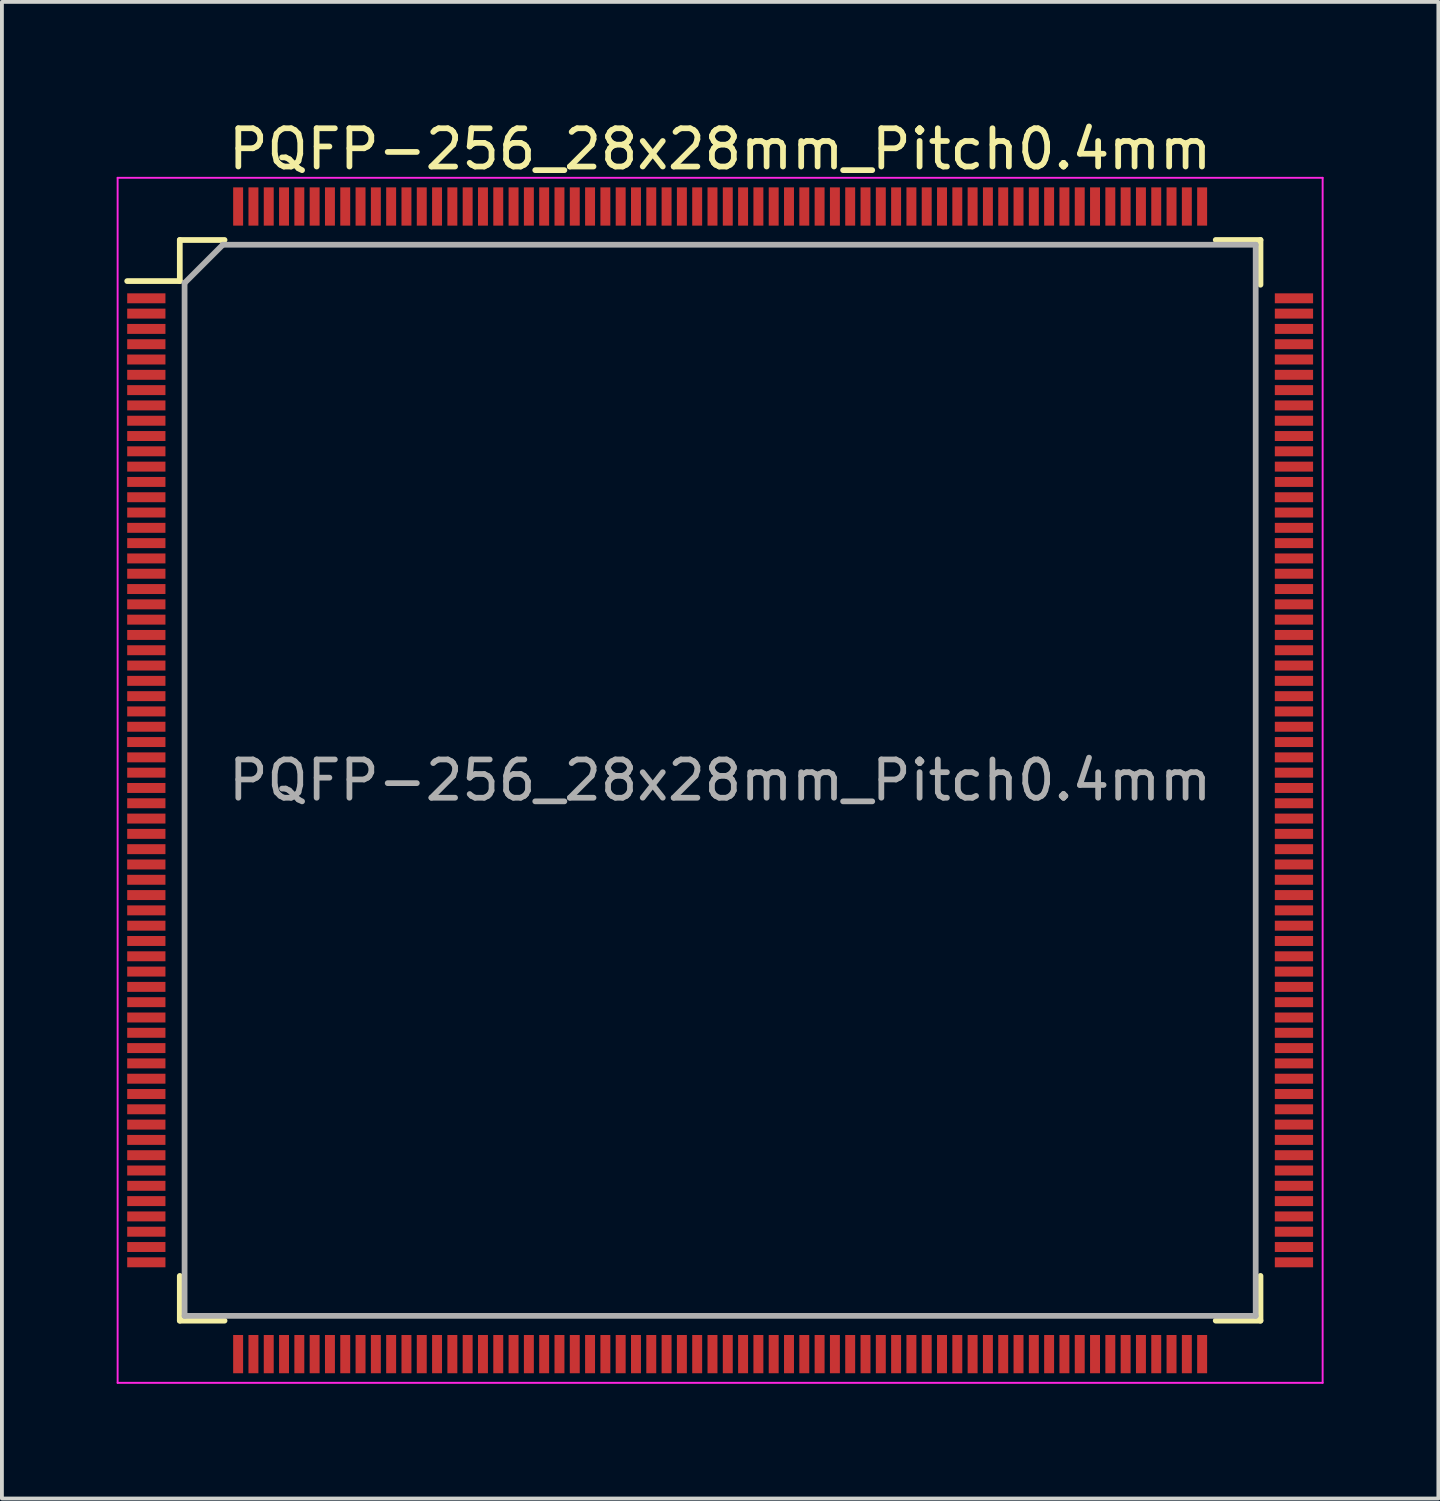
<source format=kicad_pcb>
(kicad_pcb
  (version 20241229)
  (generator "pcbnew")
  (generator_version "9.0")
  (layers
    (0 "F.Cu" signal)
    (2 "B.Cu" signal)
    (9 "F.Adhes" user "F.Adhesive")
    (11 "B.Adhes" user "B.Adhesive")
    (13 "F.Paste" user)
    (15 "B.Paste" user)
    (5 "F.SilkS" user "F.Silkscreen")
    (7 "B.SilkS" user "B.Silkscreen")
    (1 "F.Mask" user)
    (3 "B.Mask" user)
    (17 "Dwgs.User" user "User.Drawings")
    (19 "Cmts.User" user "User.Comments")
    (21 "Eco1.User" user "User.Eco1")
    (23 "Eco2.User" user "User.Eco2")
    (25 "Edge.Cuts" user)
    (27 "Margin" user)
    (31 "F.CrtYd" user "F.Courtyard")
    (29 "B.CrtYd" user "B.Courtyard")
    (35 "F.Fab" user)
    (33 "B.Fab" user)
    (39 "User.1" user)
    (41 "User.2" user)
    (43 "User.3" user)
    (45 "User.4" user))
  (footprint "PQFP-256_28x28mm_Pitch0.4mm"
    (layer "F.Cu")
    (at 15.775 17.348)
    (property "Reference" "PQFP-256_28x28mm_Pitch0.4mm" (at 0 -16.5 0) (layer "F.SilkS") (effects (font (size 1 1) (thickness 0.15))))
    (attr smd)
    (fp_line (start -14.125 -14.125) (end -14.125 -13.05) (stroke (width 0.15) (type solid)) (layer "F.SilkS"))
    (fp_line (start -14.125 -14.125) (end -12.955 -14.125) (stroke (width 0.15) (type solid)) (layer "F.SilkS"))
    (fp_line (start -14.125 -13.05) (end -15.5 -13.05) (stroke (width 0.15) (type solid)) (layer "F.SilkS"))
    (fp_line (start -14.125 14.125) (end -14.125 12.955) (stroke (width 0.15) (type solid)) (layer "F.SilkS"))
    (fp_line (start -14.125 14.125) (end -12.955 14.125) (stroke (width 0.15) (type solid)) (layer "F.SilkS"))
    (fp_line (start 14.125 -14.125) (end 12.955 -14.125) (stroke (width 0.15) (type solid)) (layer "F.SilkS"))
    (fp_line (start 14.125 -14.125) (end 14.125 -12.955) (stroke (width 0.15) (type solid)) (layer "F.SilkS"))
    (fp_line (start 14.125 14.125) (end 12.955 14.125) (stroke (width 0.15) (type solid)) (layer "F.SilkS"))
    (fp_line (start 14.125 14.125) (end 14.125 12.955) (stroke (width 0.15) (type solid)) (layer "F.SilkS"))
    (fp_line (start -15.75 -15.75) (end -15.75 15.75) (stroke (width 0.05) (type solid)) (layer "F.CrtYd"))
    (fp_line (start -15.75 -15.75) (end 15.75 -15.75) (stroke (width 0.05) (type solid)) (layer "F.CrtYd"))
    (fp_line (start -15.75 15.75) (end 15.75 15.75) (stroke (width 0.05) (type solid)) (layer "F.CrtYd"))
    (fp_line (start 15.75 -15.75) (end 15.75 15.75) (stroke (width 0.05) (type solid)) (layer "F.CrtYd"))
    (fp_line (start -14 -13) (end -13 -14) (stroke (width 0.15) (type solid)) (layer "F.Fab"))
    (fp_line (start -14 14) (end -14 -13) (stroke (width 0.15) (type solid)) (layer "F.Fab"))
    (fp_line (start -13 -14) (end 14 -14) (stroke (width 0.15) (type solid)) (layer "F.Fab"))
    (fp_line (start 14 -14) (end 14 14) (stroke (width 0.15) (type solid)) (layer "F.Fab"))
    (fp_line (start 14 14) (end -14 14) (stroke (width 0.15) (type solid)) (layer "F.Fab"))
    (fp_text user "${REFERENCE}" (at 0 0 0) (layer "F.Fab") (effects (font (size 1 1) (thickness 0.15))))
    (pad "1" smd rect (at -15 -12.6) (size 1 0.26) (layers "F.Cu" "F.Mask" "F.Paste"))
    (pad "2" smd rect (at -15 -12.2) (size 1 0.26) (layers "F.Cu" "F.Mask" "F.Paste"))
    (pad "3" smd rect (at -15 -11.8) (size 1 0.26) (layers "F.Cu" "F.Mask" "F.Paste"))
    (pad "4" smd rect (at -15 -11.4) (size 1 0.26) (layers "F.Cu" "F.Mask" "F.Paste"))
    (pad "5" smd rect (at -15 -11) (size 1 0.26) (layers "F.Cu" "F.Mask" "F.Paste"))
    (pad "6" smd rect (at -15 -10.6) (size 1 0.26) (layers "F.Cu" "F.Mask" "F.Paste"))
    (pad "7" smd rect (at -15 -10.2) (size 1 0.26) (layers "F.Cu" "F.Mask" "F.Paste"))
    (pad "8" smd rect (at -15 -9.8) (size 1 0.26) (layers "F.Cu" "F.Mask" "F.Paste"))
    (pad "9" smd rect (at -15 -9.4) (size 1 0.26) (layers "F.Cu" "F.Mask" "F.Paste"))
    (pad "10" smd rect (at -15 -9) (size 1 0.26) (layers "F.Cu" "F.Mask" "F.Paste"))
    (pad "11" smd rect (at -15 -8.6) (size 1 0.26) (layers "F.Cu" "F.Mask" "F.Paste"))
    (pad "12" smd rect (at -15 -8.2) (size 1 0.26) (layers "F.Cu" "F.Mask" "F.Paste"))
    (pad "13" smd rect (at -15 -7.8) (size 1 0.26) (layers "F.Cu" "F.Mask" "F.Paste"))
    (pad "14" smd rect (at -15 -7.4) (size 1 0.26) (layers "F.Cu" "F.Mask" "F.Paste"))
    (pad "15" smd rect (at -15 -7) (size 1 0.26) (layers "F.Cu" "F.Mask" "F.Paste"))
    (pad "16" smd rect (at -15 -6.6) (size 1 0.26) (layers "F.Cu" "F.Mask" "F.Paste"))
    (pad "17" smd rect (at -15 -6.2) (size 1 0.26) (layers "F.Cu" "F.Mask" "F.Paste"))
    (pad "18" smd rect (at -15 -5.8) (size 1 0.26) (layers "F.Cu" "F.Mask" "F.Paste"))
    (pad "19" smd rect (at -15 -5.4) (size 1 0.26) (layers "F.Cu" "F.Mask" "F.Paste"))
    (pad "20" smd rect (at -15 -5) (size 1 0.26) (layers "F.Cu" "F.Mask" "F.Paste"))
    (pad "21" smd rect (at -15 -4.6) (size 1 0.26) (layers "F.Cu" "F.Mask" "F.Paste"))
    (pad "22" smd rect (at -15 -4.2) (size 1 0.26) (layers "F.Cu" "F.Mask" "F.Paste"))
    (pad "23" smd rect (at -15 -3.8) (size 1 0.26) (layers "F.Cu" "F.Mask" "F.Paste"))
    (pad "24" smd rect (at -15 -3.4) (size 1 0.26) (layers "F.Cu" "F.Mask" "F.Paste"))
    (pad "25" smd rect (at -15 -3) (size 1 0.26) (layers "F.Cu" "F.Mask" "F.Paste"))
    (pad "26" smd rect (at -15 -2.6) (size 1 0.26) (layers "F.Cu" "F.Mask" "F.Paste"))
    (pad "27" smd rect (at -15 -2.2) (size 1 0.26) (layers "F.Cu" "F.Mask" "F.Paste"))
    (pad "28" smd rect (at -15 -1.8) (size 1 0.26) (layers "F.Cu" "F.Mask" "F.Paste"))
    (pad "29" smd rect (at -15 -1.4) (size 1 0.26) (layers "F.Cu" "F.Mask" "F.Paste"))
    (pad "30" smd rect (at -15 -1) (size 1 0.26) (layers "F.Cu" "F.Mask" "F.Paste"))
    (pad "31" smd rect (at -15 -0.6) (size 1 0.26) (layers "F.Cu" "F.Mask" "F.Paste"))
    (pad "32" smd rect (at -15 -0.2) (size 1 0.26) (layers "F.Cu" "F.Mask" "F.Paste"))
    (pad "33" smd rect (at -15 0.2) (size 1 0.26) (layers "F.Cu" "F.Mask" "F.Paste"))
    (pad "34" smd rect (at -15 0.6) (size 1 0.26) (layers "F.Cu" "F.Mask" "F.Paste"))
    (pad "35" smd rect (at -15 1) (size 1 0.26) (layers "F.Cu" "F.Mask" "F.Paste"))
    (pad "36" smd rect (at -15 1.4) (size 1 0.26) (layers "F.Cu" "F.Mask" "F.Paste"))
    (pad "37" smd rect (at -15 1.8) (size 1 0.26) (layers "F.Cu" "F.Mask" "F.Paste"))
    (pad "38" smd rect (at -15 2.2) (size 1 0.26) (layers "F.Cu" "F.Mask" "F.Paste"))
    (pad "39" smd rect (at -15 2.6) (size 1 0.26) (layers "F.Cu" "F.Mask" "F.Paste"))
    (pad "40" smd rect (at -15 3) (size 1 0.26) (layers "F.Cu" "F.Mask" "F.Paste"))
    (pad "41" smd rect (at -15 3.4) (size 1 0.26) (layers "F.Cu" "F.Mask" "F.Paste"))
    (pad "42" smd rect (at -15 3.8) (size 1 0.26) (layers "F.Cu" "F.Mask" "F.Paste"))
    (pad "43" smd rect (at -15 4.2) (size 1 0.26) (layers "F.Cu" "F.Mask" "F.Paste"))
    (pad "44" smd rect (at -15 4.6) (size 1 0.26) (layers "F.Cu" "F.Mask" "F.Paste"))
    (pad "45" smd rect (at -15 5) (size 1 0.26) (layers "F.Cu" "F.Mask" "F.Paste"))
    (pad "46" smd rect (at -15 5.4) (size 1 0.26) (layers "F.Cu" "F.Mask" "F.Paste"))
    (pad "47" smd rect (at -15 5.8) (size 1 0.26) (layers "F.Cu" "F.Mask" "F.Paste"))
    (pad "48" smd rect (at -15 6.2) (size 1 0.26) (layers "F.Cu" "F.Mask" "F.Paste"))
    (pad "49" smd rect (at -15 6.6) (size 1 0.26) (layers "F.Cu" "F.Mask" "F.Paste"))
    (pad "50" smd rect (at -15 7) (size 1 0.26) (layers "F.Cu" "F.Mask" "F.Paste"))
    (pad "51" smd rect (at -15 7.4) (size 1 0.26) (layers "F.Cu" "F.Mask" "F.Paste"))
    (pad "52" smd rect (at -15 7.8) (size 1 0.26) (layers "F.Cu" "F.Mask" "F.Paste"))
    (pad "53" smd rect (at -15 8.2) (size 1 0.26) (layers "F.Cu" "F.Mask" "F.Paste"))
    (pad "54" smd rect (at -15 8.6) (size 1 0.26) (layers "F.Cu" "F.Mask" "F.Paste"))
    (pad "55" smd rect (at -15 9) (size 1 0.26) (layers "F.Cu" "F.Mask" "F.Paste"))
    (pad "56" smd rect (at -15 9.4) (size 1 0.26) (layers "F.Cu" "F.Mask" "F.Paste"))
    (pad "57" smd rect (at -15 9.8) (size 1 0.26) (layers "F.Cu" "F.Mask" "F.Paste"))
    (pad "58" smd rect (at -15 10.2) (size 1 0.26) (layers "F.Cu" "F.Mask" "F.Paste"))
    (pad "59" smd rect (at -15 10.6) (size 1 0.26) (layers "F.Cu" "F.Mask" "F.Paste"))
    (pad "60" smd rect (at -15 11) (size 1 0.26) (layers "F.Cu" "F.Mask" "F.Paste"))
    (pad "61" smd rect (at -15 11.4) (size 1 0.26) (layers "F.Cu" "F.Mask" "F.Paste"))
    (pad "62" smd rect (at -15 11.8) (size 1 0.26) (layers "F.Cu" "F.Mask" "F.Paste"))
    (pad "63" smd rect (at -15 12.2) (size 1 0.26) (layers "F.Cu" "F.Mask" "F.Paste"))
    (pad "64" smd rect (at -15 12.6) (size 1 0.26) (layers "F.Cu" "F.Mask" "F.Paste"))
    (pad "65" smd rect (at -12.6 15 90) (size 1 0.26) (layers "F.Cu" "F.Mask" "F.Paste"))
    (pad "66" smd rect (at -12.2 15 90) (size 1 0.26) (layers "F.Cu" "F.Mask" "F.Paste"))
    (pad "67" smd rect (at -11.8 15 90) (size 1 0.26) (layers "F.Cu" "F.Mask" "F.Paste"))
    (pad "68" smd rect (at -11.4 15 90) (size 1 0.26) (layers "F.Cu" "F.Mask" "F.Paste"))
    (pad "69" smd rect (at -11 15 90) (size 1 0.26) (layers "F.Cu" "F.Mask" "F.Paste"))
    (pad "70" smd rect (at -10.6 15 90) (size 1 0.26) (layers "F.Cu" "F.Mask" "F.Paste"))
    (pad "71" smd rect (at -10.2 15 90) (size 1 0.26) (layers "F.Cu" "F.Mask" "F.Paste"))
    (pad "72" smd rect (at -9.8 15 90) (size 1 0.26) (layers "F.Cu" "F.Mask" "F.Paste"))
    (pad "73" smd rect (at -9.4 15 90) (size 1 0.26) (layers "F.Cu" "F.Mask" "F.Paste"))
    (pad "74" smd rect (at -9 15 90) (size 1 0.26) (layers "F.Cu" "F.Mask" "F.Paste"))
    (pad "75" smd rect (at -8.6 15 90) (size 1 0.26) (layers "F.Cu" "F.Mask" "F.Paste"))
    (pad "76" smd rect (at -8.2 15 90) (size 1 0.26) (layers "F.Cu" "F.Mask" "F.Paste"))
    (pad "77" smd rect (at -7.8 15 90) (size 1 0.26) (layers "F.Cu" "F.Mask" "F.Paste"))
    (pad "78" smd rect (at -7.4 15 90) (size 1 0.26) (layers "F.Cu" "F.Mask" "F.Paste"))
    (pad "79" smd rect (at -7 15 90) (size 1 0.26) (layers "F.Cu" "F.Mask" "F.Paste"))
    (pad "80" smd rect (at -6.6 15 90) (size 1 0.26) (layers "F.Cu" "F.Mask" "F.Paste"))
    (pad "81" smd rect (at -6.2 15 90) (size 1 0.26) (layers "F.Cu" "F.Mask" "F.Paste"))
    (pad "82" smd rect (at -5.8 15 90) (size 1 0.26) (layers "F.Cu" "F.Mask" "F.Paste"))
    (pad "83" smd rect (at -5.4 15 90) (size 1 0.26) (layers "F.Cu" "F.Mask" "F.Paste"))
    (pad "84" smd rect (at -5 15 90) (size 1 0.26) (layers "F.Cu" "F.Mask" "F.Paste"))
    (pad "85" smd rect (at -4.6 15 90) (size 1 0.26) (layers "F.Cu" "F.Mask" "F.Paste"))
    (pad "86" smd rect (at -4.2 15 90) (size 1 0.26) (layers "F.Cu" "F.Mask" "F.Paste"))
    (pad "87" smd rect (at -3.8 15 90) (size 1 0.26) (layers "F.Cu" "F.Mask" "F.Paste"))
    (pad "88" smd rect (at -3.4 15 90) (size 1 0.26) (layers "F.Cu" "F.Mask" "F.Paste"))
    (pad "89" smd rect (at -3 15 90) (size 1 0.26) (layers "F.Cu" "F.Mask" "F.Paste"))
    (pad "90" smd rect (at -2.6 15 90) (size 1 0.26) (layers "F.Cu" "F.Mask" "F.Paste"))
    (pad "91" smd rect (at -2.2 15 90) (size 1 0.26) (layers "F.Cu" "F.Mask" "F.Paste"))
    (pad "92" smd rect (at -1.8 15 90) (size 1 0.26) (layers "F.Cu" "F.Mask" "F.Paste"))
    (pad "93" smd rect (at -1.4 15 90) (size 1 0.26) (layers "F.Cu" "F.Mask" "F.Paste"))
    (pad "94" smd rect (at -1 15 90) (size 1 0.26) (layers "F.Cu" "F.Mask" "F.Paste"))
    (pad "95" smd rect (at -0.6 15 90) (size 1 0.26) (layers "F.Cu" "F.Mask" "F.Paste"))
    (pad "96" smd rect (at -0.2 15 90) (size 1 0.26) (layers "F.Cu" "F.Mask" "F.Paste"))
    (pad "97" smd rect (at 0.2 15 90) (size 1 0.26) (layers "F.Cu" "F.Mask" "F.Paste"))
    (pad "98" smd rect (at 0.6 15 90) (size 1 0.26) (layers "F.Cu" "F.Mask" "F.Paste"))
    (pad "99" smd rect (at 1 15 90) (size 1 0.26) (layers "F.Cu" "F.Mask" "F.Paste"))
    (pad "100" smd rect (at 1.4 15 90) (size 1 0.26) (layers "F.Cu" "F.Mask" "F.Paste"))
    (pad "101" smd rect (at 1.8 15 90) (size 1 0.26) (layers "F.Cu" "F.Mask" "F.Paste"))
    (pad "102" smd rect (at 2.2 15 90) (size 1 0.26) (layers "F.Cu" "F.Mask" "F.Paste"))
    (pad "103" smd rect (at 2.6 15 90) (size 1 0.26) (layers "F.Cu" "F.Mask" "F.Paste"))
    (pad "104" smd rect (at 3 15 90) (size 1 0.26) (layers "F.Cu" "F.Mask" "F.Paste"))
    (pad "105" smd rect (at 3.4 15 90) (size 1 0.26) (layers "F.Cu" "F.Mask" "F.Paste"))
    (pad "106" smd rect (at 3.8 15 90) (size 1 0.26) (layers "F.Cu" "F.Mask" "F.Paste"))
    (pad "107" smd rect (at 4.2 15 90) (size 1 0.26) (layers "F.Cu" "F.Mask" "F.Paste"))
    (pad "108" smd rect (at 4.6 15 90) (size 1 0.26) (layers "F.Cu" "F.Mask" "F.Paste"))
    (pad "109" smd rect (at 5 15 90) (size 1 0.26) (layers "F.Cu" "F.Mask" "F.Paste"))
    (pad "110" smd rect (at 5.4 15 90) (size 1 0.26) (layers "F.Cu" "F.Mask" "F.Paste"))
    (pad "111" smd rect (at 5.8 15 90) (size 1 0.26) (layers "F.Cu" "F.Mask" "F.Paste"))
    (pad "112" smd rect (at 6.2 15 90) (size 1 0.26) (layers "F.Cu" "F.Mask" "F.Paste"))
    (pad "113" smd rect (at 6.6 15 90) (size 1 0.26) (layers "F.Cu" "F.Mask" "F.Paste"))
    (pad "114" smd rect (at 7 15 90) (size 1 0.26) (layers "F.Cu" "F.Mask" "F.Paste"))
    (pad "115" smd rect (at 7.4 15 90) (size 1 0.26) (layers "F.Cu" "F.Mask" "F.Paste"))
    (pad "116" smd rect (at 7.8 15 90) (size 1 0.26) (layers "F.Cu" "F.Mask" "F.Paste"))
    (pad "117" smd rect (at 8.2 15 90) (size 1 0.26) (layers "F.Cu" "F.Mask" "F.Paste"))
    (pad "118" smd rect (at 8.6 15 90) (size 1 0.26) (layers "F.Cu" "F.Mask" "F.Paste"))
    (pad "119" smd rect (at 9 15 90) (size 1 0.26) (layers "F.Cu" "F.Mask" "F.Paste"))
    (pad "120" smd rect (at 9.4 15 90) (size 1 0.26) (layers "F.Cu" "F.Mask" "F.Paste"))
    (pad "121" smd rect (at 9.8 15 90) (size 1 0.26) (layers "F.Cu" "F.Mask" "F.Paste"))
    (pad "122" smd rect (at 10.2 15 90) (size 1 0.26) (layers "F.Cu" "F.Mask" "F.Paste"))
    (pad "123" smd rect (at 10.6 15 90) (size 1 0.26) (layers "F.Cu" "F.Mask" "F.Paste"))
    (pad "124" smd rect (at 11 15 90) (size 1 0.26) (layers "F.Cu" "F.Mask" "F.Paste"))
    (pad "125" smd rect (at 11.4 15 90) (size 1 0.26) (layers "F.Cu" "F.Mask" "F.Paste"))
    (pad "126" smd rect (at 11.8 15 90) (size 1 0.26) (layers "F.Cu" "F.Mask" "F.Paste"))
    (pad "127" smd rect (at 12.2 15 90) (size 1 0.26) (layers "F.Cu" "F.Mask" "F.Paste"))
    (pad "128" smd rect (at 12.6 15 90) (size 1 0.26) (layers "F.Cu" "F.Mask" "F.Paste"))
    (pad "129" smd rect (at 15 12.6) (size 1 0.26) (layers "F.Cu" "F.Mask" "F.Paste"))
    (pad "130" smd rect (at 15 12.2) (size 1 0.26) (layers "F.Cu" "F.Mask" "F.Paste"))
    (pad "131" smd rect (at 15 11.8) (size 1 0.26) (layers "F.Cu" "F.Mask" "F.Paste"))
    (pad "132" smd rect (at 15 11.4) (size 1 0.26) (layers "F.Cu" "F.Mask" "F.Paste"))
    (pad "133" smd rect (at 15 11) (size 1 0.26) (layers "F.Cu" "F.Mask" "F.Paste"))
    (pad "134" smd rect (at 15 10.6) (size 1 0.26) (layers "F.Cu" "F.Mask" "F.Paste"))
    (pad "135" smd rect (at 15 10.2) (size 1 0.26) (layers "F.Cu" "F.Mask" "F.Paste"))
    (pad "136" smd rect (at 15 9.8) (size 1 0.26) (layers "F.Cu" "F.Mask" "F.Paste"))
    (pad "137" smd rect (at 15 9.4) (size 1 0.26) (layers "F.Cu" "F.Mask" "F.Paste"))
    (pad "138" smd rect (at 15 9) (size 1 0.26) (layers "F.Cu" "F.Mask" "F.Paste"))
    (pad "139" smd rect (at 15 8.6) (size 1 0.26) (layers "F.Cu" "F.Mask" "F.Paste"))
    (pad "140" smd rect (at 15 8.2) (size 1 0.26) (layers "F.Cu" "F.Mask" "F.Paste"))
    (pad "141" smd rect (at 15 7.8) (size 1 0.26) (layers "F.Cu" "F.Mask" "F.Paste"))
    (pad "142" smd rect (at 15 7.4) (size 1 0.26) (layers "F.Cu" "F.Mask" "F.Paste"))
    (pad "143" smd rect (at 15 7) (size 1 0.26) (layers "F.Cu" "F.Mask" "F.Paste"))
    (pad "144" smd rect (at 15 6.6) (size 1 0.26) (layers "F.Cu" "F.Mask" "F.Paste"))
    (pad "145" smd rect (at 15 6.2) (size 1 0.26) (layers "F.Cu" "F.Mask" "F.Paste"))
    (pad "146" smd rect (at 15 5.8) (size 1 0.26) (layers "F.Cu" "F.Mask" "F.Paste"))
    (pad "147" smd rect (at 15 5.4) (size 1 0.26) (layers "F.Cu" "F.Mask" "F.Paste"))
    (pad "148" smd rect (at 15 5) (size 1 0.26) (layers "F.Cu" "F.Mask" "F.Paste"))
    (pad "149" smd rect (at 15 4.6) (size 1 0.26) (layers "F.Cu" "F.Mask" "F.Paste"))
    (pad "150" smd rect (at 15 4.2) (size 1 0.26) (layers "F.Cu" "F.Mask" "F.Paste"))
    (pad "151" smd rect (at 15 3.8) (size 1 0.26) (layers "F.Cu" "F.Mask" "F.Paste"))
    (pad "152" smd rect (at 15 3.4) (size 1 0.26) (layers "F.Cu" "F.Mask" "F.Paste"))
    (pad "153" smd rect (at 15 3) (size 1 0.26) (layers "F.Cu" "F.Mask" "F.Paste"))
    (pad "154" smd rect (at 15 2.6) (size 1 0.26) (layers "F.Cu" "F.Mask" "F.Paste"))
    (pad "155" smd rect (at 15 2.2) (size 1 0.26) (layers "F.Cu" "F.Mask" "F.Paste"))
    (pad "156" smd rect (at 15 1.8) (size 1 0.26) (layers "F.Cu" "F.Mask" "F.Paste"))
    (pad "157" smd rect (at 15 1.4) (size 1 0.26) (layers "F.Cu" "F.Mask" "F.Paste"))
    (pad "158" smd rect (at 15 1) (size 1 0.26) (layers "F.Cu" "F.Mask" "F.Paste"))
    (pad "159" smd rect (at 15 0.6) (size 1 0.26) (layers "F.Cu" "F.Mask" "F.Paste"))
    (pad "160" smd rect (at 15 0.2) (size 1 0.26) (layers "F.Cu" "F.Mask" "F.Paste"))
    (pad "161" smd rect (at 15 -0.2) (size 1 0.26) (layers "F.Cu" "F.Mask" "F.Paste"))
    (pad "162" smd rect (at 15 -0.6) (size 1 0.26) (layers "F.Cu" "F.Mask" "F.Paste"))
    (pad "163" smd rect (at 15 -1) (size 1 0.26) (layers "F.Cu" "F.Mask" "F.Paste"))
    (pad "164" smd rect (at 15 -1.4) (size 1 0.26) (layers "F.Cu" "F.Mask" "F.Paste"))
    (pad "165" smd rect (at 15 -1.8) (size 1 0.26) (layers "F.Cu" "F.Mask" "F.Paste"))
    (pad "166" smd rect (at 15 -2.2) (size 1 0.26) (layers "F.Cu" "F.Mask" "F.Paste"))
    (pad "167" smd rect (at 15 -2.6) (size 1 0.26) (layers "F.Cu" "F.Mask" "F.Paste"))
    (pad "168" smd rect (at 15 -3) (size 1 0.26) (layers "F.Cu" "F.Mask" "F.Paste"))
    (pad "169" smd rect (at 15 -3.4) (size 1 0.26) (layers "F.Cu" "F.Mask" "F.Paste"))
    (pad "170" smd rect (at 15 -3.8) (size 1 0.26) (layers "F.Cu" "F.Mask" "F.Paste"))
    (pad "171" smd rect (at 15 -4.2) (size 1 0.26) (layers "F.Cu" "F.Mask" "F.Paste"))
    (pad "172" smd rect (at 15 -4.6) (size 1 0.26) (layers "F.Cu" "F.Mask" "F.Paste"))
    (pad "173" smd rect (at 15 -5) (size 1 0.26) (layers "F.Cu" "F.Mask" "F.Paste"))
    (pad "174" smd rect (at 15 -5.4) (size 1 0.26) (layers "F.Cu" "F.Mask" "F.Paste"))
    (pad "175" smd rect (at 15 -5.8) (size 1 0.26) (layers "F.Cu" "F.Mask" "F.Paste"))
    (pad "176" smd rect (at 15 -6.2) (size 1 0.26) (layers "F.Cu" "F.Mask" "F.Paste"))
    (pad "177" smd rect (at 15 -6.6) (size 1 0.26) (layers "F.Cu" "F.Mask" "F.Paste"))
    (pad "178" smd rect (at 15 -7) (size 1 0.26) (layers "F.Cu" "F.Mask" "F.Paste"))
    (pad "179" smd rect (at 15 -7.4) (size 1 0.26) (layers "F.Cu" "F.Mask" "F.Paste"))
    (pad "180" smd rect (at 15 -7.8) (size 1 0.26) (layers "F.Cu" "F.Mask" "F.Paste"))
    (pad "181" smd rect (at 15 -8.2) (size 1 0.26) (layers "F.Cu" "F.Mask" "F.Paste"))
    (pad "182" smd rect (at 15 -8.6) (size 1 0.26) (layers "F.Cu" "F.Mask" "F.Paste"))
    (pad "183" smd rect (at 15 -9) (size 1 0.26) (layers "F.Cu" "F.Mask" "F.Paste"))
    (pad "184" smd rect (at 15 -9.4) (size 1 0.26) (layers "F.Cu" "F.Mask" "F.Paste"))
    (pad "185" smd rect (at 15 -9.8) (size 1 0.26) (layers "F.Cu" "F.Mask" "F.Paste"))
    (pad "186" smd rect (at 15 -10.2) (size 1 0.26) (layers "F.Cu" "F.Mask" "F.Paste"))
    (pad "187" smd rect (at 15 -10.6) (size 1 0.26) (layers "F.Cu" "F.Mask" "F.Paste"))
    (pad "188" smd rect (at 15 -11) (size 1 0.26) (layers "F.Cu" "F.Mask" "F.Paste"))
    (pad "189" smd rect (at 15 -11.4) (size 1 0.26) (layers "F.Cu" "F.Mask" "F.Paste"))
    (pad "190" smd rect (at 15 -11.8) (size 1 0.26) (layers "F.Cu" "F.Mask" "F.Paste"))
    (pad "191" smd rect (at 15 -12.2) (size 1 0.26) (layers "F.Cu" "F.Mask" "F.Paste"))
    (pad "192" smd rect (at 15 -12.6) (size 1 0.26) (layers "F.Cu" "F.Mask" "F.Paste"))
    (pad "193" smd rect (at 12.6 -15 90) (size 1 0.26) (layers "F.Cu" "F.Mask" "F.Paste"))
    (pad "194" smd rect (at 12.2 -15 90) (size 1 0.26) (layers "F.Cu" "F.Mask" "F.Paste"))
    (pad "195" smd rect (at 11.8 -15 90) (size 1 0.26) (layers "F.Cu" "F.Mask" "F.Paste"))
    (pad "196" smd rect (at 11.4 -15 90) (size 1 0.26) (layers "F.Cu" "F.Mask" "F.Paste"))
    (pad "197" smd rect (at 11 -15 90) (size 1 0.26) (layers "F.Cu" "F.Mask" "F.Paste"))
    (pad "198" smd rect (at 10.6 -15 90) (size 1 0.26) (layers "F.Cu" "F.Mask" "F.Paste"))
    (pad "199" smd rect (at 10.2 -15 90) (size 1 0.26) (layers "F.Cu" "F.Mask" "F.Paste"))
    (pad "200" smd rect (at 9.8 -15 90) (size 1 0.26) (layers "F.Cu" "F.Mask" "F.Paste"))
    (pad "201" smd rect (at 9.4 -15 90) (size 1 0.26) (layers "F.Cu" "F.Mask" "F.Paste"))
    (pad "202" smd rect (at 9 -15 90) (size 1 0.26) (layers "F.Cu" "F.Mask" "F.Paste"))
    (pad "203" smd rect (at 8.6 -15 90) (size 1 0.26) (layers "F.Cu" "F.Mask" "F.Paste"))
    (pad "204" smd rect (at 8.2 -15 90) (size 1 0.26) (layers "F.Cu" "F.Mask" "F.Paste"))
    (pad "205" smd rect (at 7.8 -15 90) (size 1 0.26) (layers "F.Cu" "F.Mask" "F.Paste"))
    (pad "206" smd rect (at 7.4 -15 90) (size 1 0.26) (layers "F.Cu" "F.Mask" "F.Paste"))
    (pad "207" smd rect (at 7 -15 90) (size 1 0.26) (layers "F.Cu" "F.Mask" "F.Paste"))
    (pad "208" smd rect (at 6.6 -15 90) (size 1 0.26) (layers "F.Cu" "F.Mask" "F.Paste"))
    (pad "209" smd rect (at 6.2 -15 90) (size 1 0.26) (layers "F.Cu" "F.Mask" "F.Paste"))
    (pad "210" smd rect (at 5.8 -15 90) (size 1 0.26) (layers "F.Cu" "F.Mask" "F.Paste"))
    (pad "211" smd rect (at 5.4 -15 90) (size 1 0.26) (layers "F.Cu" "F.Mask" "F.Paste"))
    (pad "212" smd rect (at 5 -15 90) (size 1 0.26) (layers "F.Cu" "F.Mask" "F.Paste"))
    (pad "213" smd rect (at 4.6 -15 90) (size 1 0.26) (layers "F.Cu" "F.Mask" "F.Paste"))
    (pad "214" smd rect (at 4.2 -15 90) (size 1 0.26) (layers "F.Cu" "F.Mask" "F.Paste"))
    (pad "215" smd rect (at 3.8 -15 90) (size 1 0.26) (layers "F.Cu" "F.Mask" "F.Paste"))
    (pad "216" smd rect (at 3.4 -15 90) (size 1 0.26) (layers "F.Cu" "F.Mask" "F.Paste"))
    (pad "217" smd rect (at 3 -15 90) (size 1 0.26) (layers "F.Cu" "F.Mask" "F.Paste"))
    (pad "218" smd rect (at 2.6 -15 90) (size 1 0.26) (layers "F.Cu" "F.Mask" "F.Paste"))
    (pad "219" smd rect (at 2.2 -15 90) (size 1 0.26) (layers "F.Cu" "F.Mask" "F.Paste"))
    (pad "220" smd rect (at 1.8 -15 90) (size 1 0.26) (layers "F.Cu" "F.Mask" "F.Paste"))
    (pad "221" smd rect (at 1.4 -15 90) (size 1 0.26) (layers "F.Cu" "F.Mask" "F.Paste"))
    (pad "222" smd rect (at 1 -15 90) (size 1 0.26) (layers "F.Cu" "F.Mask" "F.Paste"))
    (pad "223" smd rect (at 0.6 -15 90) (size 1 0.26) (layers "F.Cu" "F.Mask" "F.Paste"))
    (pad "224" smd rect (at 0.2 -15 90) (size 1 0.26) (layers "F.Cu" "F.Mask" "F.Paste"))
    (pad "225" smd rect (at -0.2 -15 90) (size 1 0.26) (layers "F.Cu" "F.Mask" "F.Paste"))
    (pad "226" smd rect (at -0.6 -15 90) (size 1 0.26) (layers "F.Cu" "F.Mask" "F.Paste"))
    (pad "227" smd rect (at -1 -15 90) (size 1 0.26) (layers "F.Cu" "F.Mask" "F.Paste"))
    (pad "228" smd rect (at -1.4 -15 90) (size 1 0.26) (layers "F.Cu" "F.Mask" "F.Paste"))
    (pad "229" smd rect (at -1.8 -15 90) (size 1 0.26) (layers "F.Cu" "F.Mask" "F.Paste"))
    (pad "230" smd rect (at -2.2 -15 90) (size 1 0.26) (layers "F.Cu" "F.Mask" "F.Paste"))
    (pad "231" smd rect (at -2.6 -15 90) (size 1 0.26) (layers "F.Cu" "F.Mask" "F.Paste"))
    (pad "232" smd rect (at -3 -15 90) (size 1 0.26) (layers "F.Cu" "F.Mask" "F.Paste"))
    (pad "233" smd rect (at -3.4 -15 90) (size 1 0.26) (layers "F.Cu" "F.Mask" "F.Paste"))
    (pad "234" smd rect (at -3.8 -15 90) (size 1 0.26) (layers "F.Cu" "F.Mask" "F.Paste"))
    (pad "235" smd rect (at -4.2 -15 90) (size 1 0.26) (layers "F.Cu" "F.Mask" "F.Paste"))
    (pad "236" smd rect (at -4.6 -15 90) (size 1 0.26) (layers "F.Cu" "F.Mask" "F.Paste"))
    (pad "237" smd rect (at -5 -15 90) (size 1 0.26) (layers "F.Cu" "F.Mask" "F.Paste"))
    (pad "238" smd rect (at -5.4 -15 90) (size 1 0.26) (layers "F.Cu" "F.Mask" "F.Paste"))
    (pad "239" smd rect (at -5.8 -15 90) (size 1 0.26) (layers "F.Cu" "F.Mask" "F.Paste"))
    (pad "240" smd rect (at -6.2 -15 90) (size 1 0.26) (layers "F.Cu" "F.Mask" "F.Paste"))
    (pad "241" smd rect (at -6.6 -15 90) (size 1 0.26) (layers "F.Cu" "F.Mask" "F.Paste"))
    (pad "242" smd rect (at -7 -15 90) (size 1 0.26) (layers "F.Cu" "F.Mask" "F.Paste"))
    (pad "243" smd rect (at -7.4 -15 90) (size 1 0.26) (layers "F.Cu" "F.Mask" "F.Paste"))
    (pad "244" smd rect (at -7.8 -15 90) (size 1 0.26) (layers "F.Cu" "F.Mask" "F.Paste"))
    (pad "245" smd rect (at -8.2 -15 90) (size 1 0.26) (layers "F.Cu" "F.Mask" "F.Paste"))
    (pad "246" smd rect (at -8.6 -15 90) (size 1 0.26) (layers "F.Cu" "F.Mask" "F.Paste"))
    (pad "247" smd rect (at -9 -15 90) (size 1 0.26) (layers "F.Cu" "F.Mask" "F.Paste"))
    (pad "248" smd rect (at -9.4 -15 90) (size 1 0.26) (layers "F.Cu" "F.Mask" "F.Paste"))
    (pad "249" smd rect (at -9.8 -15 90) (size 1 0.26) (layers "F.Cu" "F.Mask" "F.Paste"))
    (pad "250" smd rect (at -10.2 -15 90) (size 1 0.26) (layers "F.Cu" "F.Mask" "F.Paste"))
    (pad "251" smd rect (at -10.6 -15 90) (size 1 0.26) (layers "F.Cu" "F.Mask" "F.Paste"))
    (pad "252" smd rect (at -11 -15 90) (size 1 0.26) (layers "F.Cu" "F.Mask" "F.Paste"))
    (pad "253" smd rect (at -11.4 -15 90) (size 1 0.26) (layers "F.Cu" "F.Mask" "F.Paste"))
    (pad "254" smd rect (at -11.8 -15 90) (size 1 0.26) (layers "F.Cu" "F.Mask" "F.Paste"))
    (pad "255" smd rect (at -12.2 -15 90) (size 1 0.26) (layers "F.Cu" "F.Mask" "F.Paste"))
    (pad "256" smd rect (at -12.6 -15 90) (size 1 0.26) (layers "F.Cu" "F.Mask" "F.Paste")))
  (gr_rect
    (start -3 -3)
    (end 34.55 36.123)
    (stroke (width 0.1) (type default))
    (fill no)
    (layer "Edge.Cuts")))
</source>
